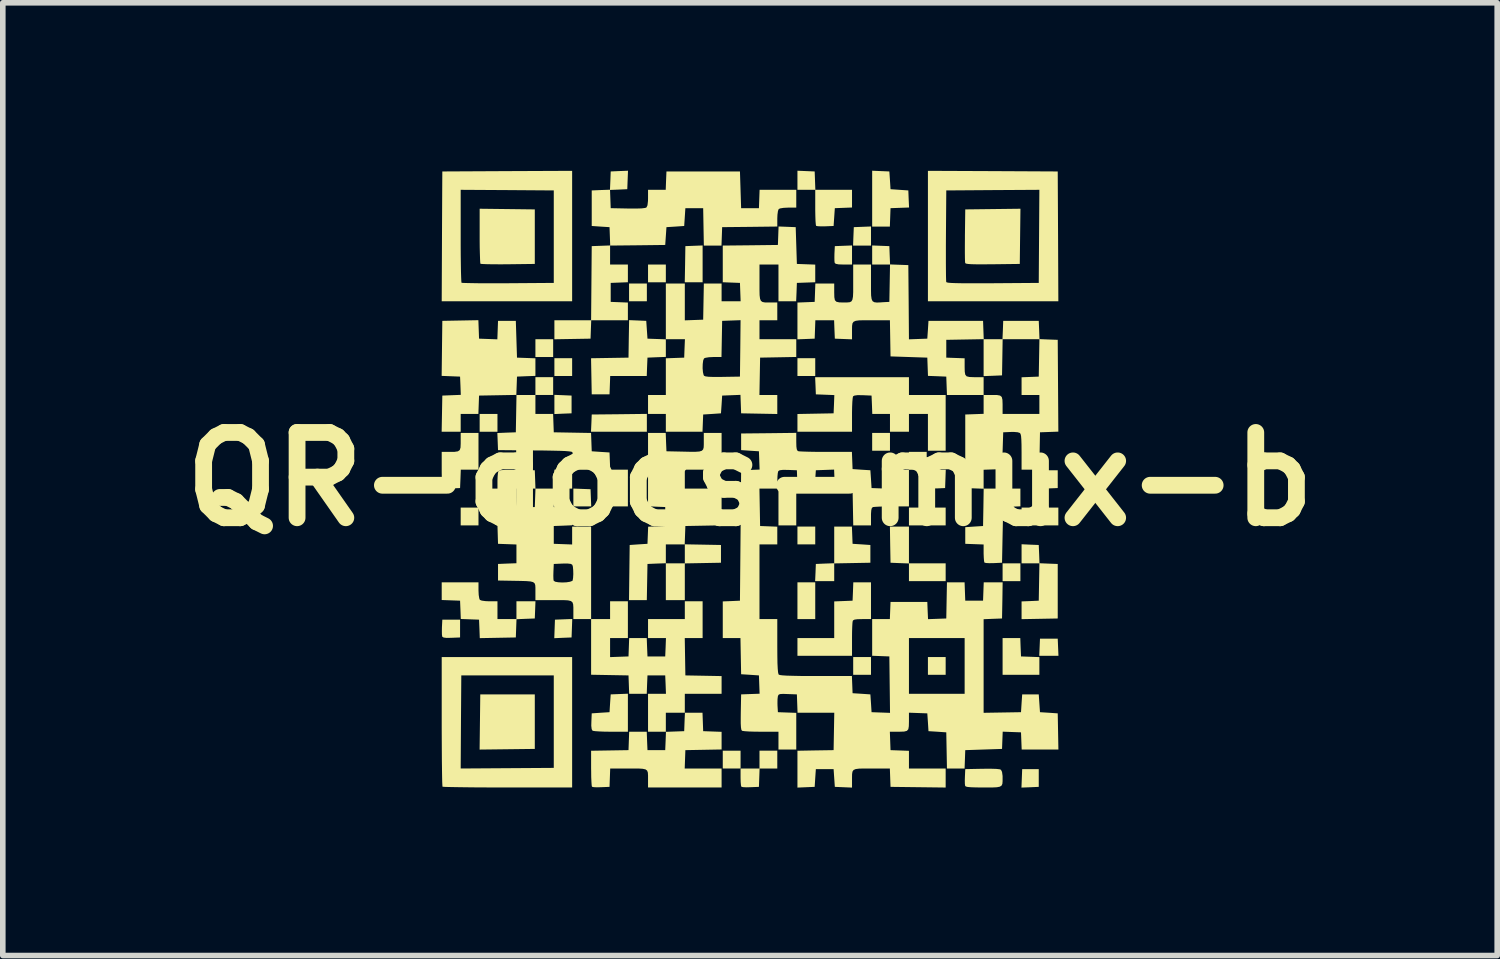
<source format=kicad_pcb>
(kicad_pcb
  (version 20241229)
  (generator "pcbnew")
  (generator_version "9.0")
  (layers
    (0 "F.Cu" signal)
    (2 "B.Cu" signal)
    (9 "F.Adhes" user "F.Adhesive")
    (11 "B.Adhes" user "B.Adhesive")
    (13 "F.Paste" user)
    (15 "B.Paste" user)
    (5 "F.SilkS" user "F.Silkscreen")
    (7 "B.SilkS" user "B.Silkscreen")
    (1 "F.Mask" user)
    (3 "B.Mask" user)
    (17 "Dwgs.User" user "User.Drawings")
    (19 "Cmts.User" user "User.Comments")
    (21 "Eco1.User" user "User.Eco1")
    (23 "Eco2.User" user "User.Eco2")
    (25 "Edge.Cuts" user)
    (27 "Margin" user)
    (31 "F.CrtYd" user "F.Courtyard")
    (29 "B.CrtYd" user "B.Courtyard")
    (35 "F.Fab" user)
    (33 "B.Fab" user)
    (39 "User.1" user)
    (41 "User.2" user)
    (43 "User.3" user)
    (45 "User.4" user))
  (footprint "QR-docs-mux-b"
    (layer "F.Cu")
    (at 10.349 5.51)
    (property "Reference" "QR-docs-mux-b" (at 0 0 0) (layer "F.SilkS") (effects (font (size 1.524 1.524) (thickness 0.3))))
    (attr board_only exclude_from_pos_files exclude_from_bom)
    (fp_poly (pts (xy -4.851 0.826) (xy -5.169 0.826) (xy -5.169 0.508) (xy -4.851 0.508)) (stroke (width 0) (type solid)) (fill yes) (layer "F.SilkS"))
    (fp_poly (pts (xy -4.512 -0.847) (xy -4.83 -0.847) (xy -4.83 -1.165) (xy -4.512 -1.165)) (stroke (width 0) (type solid)) (fill yes) (layer "F.SilkS"))
    (fp_poly (pts (xy -4.172 -1.504) (xy -4.175 -1.504) (xy -4.175 -1.505) (xy -4.172 -1.505)) (stroke (width 0) (type solid)) (fill yes) (layer "F.SilkS"))
    (fp_poly (pts (xy -3.517 -2.182) (xy -3.834 -2.182) (xy -3.834 -2.5) (xy -3.517 -2.5)) (stroke (width 0) (type solid)) (fill yes) (layer "F.SilkS"))
    (fp_poly (pts (xy -3.517 -1.504) (xy -3.834 -1.504) (xy -3.834 -1.822) (xy -3.517 -1.822)) (stroke (width 0) (type solid)) (fill yes) (layer "F.SilkS"))
    (fp_poly (pts (xy -3.178 -1.843) (xy -3.495 -1.843) (xy -3.495 -2.161) (xy -3.178 -2.161)) (stroke (width 0) (type solid)) (fill yes) (layer "F.SilkS"))
    (fp_poly (pts (xy -3.178 0.169) (xy -3.495 0.169) (xy -3.495 -0.169) (xy -3.178 -0.169)) (stroke (width 0) (type solid)) (fill yes) (layer "F.SilkS"))
    (fp_poly (pts (xy -1.843 -3.178) (xy -2.161 -3.178) (xy -2.161 -3.495) (xy -1.843 -3.495)) (stroke (width 0) (type solid)) (fill yes) (layer "F.SilkS"))
    (fp_poly (pts (xy -1.504 -3.517) (xy -1.822 -3.517) (xy -1.822 -3.834) (xy -1.504 -3.834)) (stroke (width 0) (type solid)) (fill yes) (layer "F.SilkS"))
    (fp_poly (pts (xy -0.169 5.169) (xy -0.487 5.169) (xy -0.487 4.851) (xy -0.169 4.851)) (stroke (width 0) (type solid)) (fill yes) (layer "F.SilkS"))
    (fp_poly (pts (xy 0.826 0.826) (xy 0.508 0.826) (xy 0.508 0.169) (xy 0.826 0.169)) (stroke (width 0) (type solid)) (fill yes) (layer "F.SilkS"))
    (fp_poly (pts (xy 1.165 -1.843) (xy 0.847 -1.843) (xy 0.847 -2.161) (xy 1.165 -2.161)) (stroke (width 0) (type solid)) (fill yes) (layer "F.SilkS"))
    (fp_poly (pts (xy 1.165 1.165) (xy 0.847 1.165) (xy 0.847 0.847) (xy 1.165 0.847)) (stroke (width 0) (type solid)) (fill yes) (layer "F.SilkS"))
    (fp_poly (pts (xy 1.165 2.5) (xy 0.847 2.5) (xy 0.847 1.843) (xy 1.165 1.843)) (stroke (width 0) (type solid)) (fill yes) (layer "F.SilkS"))
    (fp_poly (pts (xy 2.161 3.495) (xy 1.843 3.495) (xy 1.843 3.178) (xy 2.161 3.178)) (stroke (width 0) (type solid)) (fill yes) (layer "F.SilkS"))
    (fp_poly (pts (xy 2.5 -0.508) (xy 2.182 -0.508) (xy 2.182 -0.826) (xy 2.5 -0.826)) (stroke (width 0) (type solid)) (fill yes) (layer "F.SilkS"))
    (fp_poly (pts (xy 3.495 0.826) (xy 2.839 0.826) (xy 2.839 0.508) (xy 3.495 0.508)) (stroke (width 0) (type solid)) (fill yes) (layer "F.SilkS"))
    (fp_poly (pts (xy 3.495 3.495) (xy 3.178 3.495) (xy 3.178 3.178) (xy 3.495 3.178)) (stroke (width 0) (type solid)) (fill yes) (layer "F.SilkS"))
    (fp_poly (pts (xy 4.83 1.822) (xy 4.512 1.822) (xy 4.512 1.504) (xy 4.83 1.504)) (stroke (width 0) (type solid)) (fill yes) (layer "F.SilkS"))
    (fp_poly (pts (xy 5.508 0.826) (xy 4.851 0.826) (xy 4.851 0.508) (xy 5.508 0.508)) (stroke (width 0) (type solid)) (fill yes) (layer "F.SilkS"))
    (fp_poly (pts (xy 5.51 3.156) (xy 5.167 3.156) (xy 5.18 2.849) (xy 5.497 2.849)) (stroke (width 0) (type solid)) (fill yes) (layer "F.SilkS"))
    (fp_poly (pts (xy 5.158 5.497) (xy 5.004 5.504) (xy 4.849 5.51) (xy 4.862 5.18) (xy 5.158 5.18)) (stroke (width 0) (type solid)) (fill yes) (layer "F.SilkS"))
    (fp_poly (pts (xy -3.845 4.819) (xy -4.338 4.825) (xy -4.831 4.831) (xy -4.825 4.338) (xy -4.819 3.845) (xy -3.845 3.845)) (stroke (width 0) (type solid)) (fill yes) (layer "F.SilkS"))
    (fp_poly (pts (xy -3.342 -1.5) (xy -3.188 -1.493) (xy -3.188 -1.176) (xy -3.342 -1.17) (xy -3.495 -1.163) (xy -3.495 -1.506)) (stroke (width 0) (type solid)) (fill yes) (layer "F.SilkS"))
    (fp_poly (pts (xy -3.003 0.174) (xy -2.849 0.18) (xy -2.843 0.334) (xy -2.837 0.487) (xy -3.156 0.487) (xy -3.156 0.168)) (stroke (width 0) (type solid)) (fill yes) (layer "F.SilkS"))
    (fp_poly (pts (xy -1.843 -0.847) (xy -2.841 -0.847) (xy -2.834 -1.001) (xy -2.828 -1.155) (xy -2.336 -1.16) (xy -1.843 -1.166)) (stroke (width 0) (type solid)) (fill yes) (layer "F.SilkS"))
    (fp_poly (pts (xy -0.847 -3.517) (xy -1.166 -3.517) (xy -1.16 -3.84) (xy -1.155 -4.163) (xy -1.001 -4.169) (xy -0.847 -4.175)) (stroke (width 0) (type solid)) (fill yes) (layer "F.SilkS"))
    (fp_poly (pts (xy 2.161 -4.173) (xy 1.841 -4.173) (xy 1.847 -4.337) (xy 1.854 -4.502) (xy 2.007 -4.508) (xy 2.161 -4.514)) (stroke (width 0) (type solid)) (fill yes) (layer "F.SilkS"))
    (fp_poly (pts (xy -3.188 2.828) (xy -3.343 2.834) (xy -3.497 2.841) (xy -3.491 2.675) (xy -3.485 2.51) (xy -3.33 2.504) (xy -3.176 2.498)) (stroke (width 0) (type solid)) (fill yes) (layer "F.SilkS"))
    (fp_poly (pts (xy 4.834 3.003) (xy 4.841 3.167) (xy 5.005 3.173) (xy 5.169 3.179) (xy 5.169 3.495) (xy 4.512 3.495) (xy 4.512 2.839) (xy 4.828 2.839)) (stroke (width 0) (type solid)) (fill yes) (layer "F.SilkS"))
    (fp_poly (pts (xy 1.822 -3.834) (xy 1.673 -3.834) (xy 1.584 -3.837) (xy 1.532 -3.847) (xy 1.513 -3.863) (xy 1.508 -3.898) (xy 1.507 -3.961) (xy 1.508 -4.027) (xy 1.515 -4.163) (xy 1.822 -4.175)) (stroke (width 0) (type solid)) (fill yes) (layer "F.SilkS"))
    (fp_poly (pts (xy 2.839 1.504) (xy 3.495 1.504) (xy 3.495 1.822) (xy 2.839 1.822) (xy 2.839 1.506) (xy 2.675 1.5) (xy 2.51 1.493) (xy 2.504 1.17) (xy 2.499 0.847) (xy 2.839 0.847)) (stroke (width 0) (type solid)) (fill yes) (layer "F.SilkS"))
    (fp_poly (pts (xy -5.18 2.828) (xy -5.333 2.834) (xy -5.419 2.836) (xy -5.471 2.83) (xy -5.495 2.817) (xy -5.499 2.811) (xy -5.504 2.775) (xy -5.505 2.712) (xy -5.504 2.646) (xy -5.497 2.51) (xy -5.18 2.51)) (stroke (width 0) (type solid)) (fill yes) (layer "F.SilkS"))
    (fp_poly (pts (xy 5.497 0.159) (xy 5.343 0.165) (xy 5.257 0.166) (xy 5.206 0.161) (xy 5.181 0.148) (xy 5.178 0.142) (xy 5.173 0.106) (xy 5.172 0.043) (xy 5.173 -0.023) (xy 5.18 -0.159) (xy 5.497 -0.159)) (stroke (width 0) (type solid)) (fill yes) (layer "F.SilkS"))
    (fp_poly (pts (xy 2.489 -5.497) (xy 2.5 -5.338) (xy 2.51 -5.18) (xy 2.669 -5.169) (xy 2.828 -5.158) (xy 2.834 -5.006) (xy 2.841 -4.853) (xy 2.51 -4.841) (xy 2.504 -4.676) (xy 2.498 -4.512) (xy 2.182 -4.512) (xy 2.182 -5.51)) (stroke (width 0) (type solid)) (fill yes) (layer "F.SilkS"))
    (fp_poly (pts (xy 3.491 -0.005) (xy 3.485 0.159) (xy 3.346 0.165) (xy 3.273 0.166) (xy 3.217 0.163) (xy 3.193 0.156) (xy 3.185 0.129) (xy 3.18 0.071) (xy 3.178 -0.005) (xy 3.178 -0.014) (xy 3.178 -0.169) (xy 3.497 -0.169)) (stroke (width 0) (type solid)) (fill yes) (layer "F.SilkS"))
    (fp_poly (pts (xy 1.832 1.155) (xy 1.991 1.165) (xy 2.15 1.176) (xy 2.15 1.493) (xy 1.827 1.499) (xy 1.504 1.505) (xy 1.504 1.822) (xy 1.163 1.822) (xy 1.17 1.668) (xy 1.176 1.515) (xy 1.34 1.508) (xy 1.504 1.502) (xy 1.504 0.847) (xy 1.82 0.847)) (stroke (width 0) (type solid)) (fill yes) (layer "F.SilkS"))
    (fp_poly (pts (xy 5.005 1.17) (xy 5.158 1.176) (xy 5.165 1.339) (xy 5.171 1.502) (xy 5.334 1.509) (xy 5.497 1.515) (xy 5.497 2.489) (xy 4.851 2.501) (xy 4.851 2.184) (xy 5.005 2.178) (xy 5.158 2.171) (xy 5.17 1.504) (xy 4.851 1.504) (xy 4.851 1.163)) (stroke (width 0) (type solid)) (fill yes) (layer "F.SilkS"))
    (fp_poly (pts (xy -4.337 -4.825) (xy -3.845 -4.819) (xy -3.845 -3.845) (xy -4.323 -3.839) (xy -4.461 -3.838) (xy -4.585 -3.839) (xy -4.688 -3.84) (xy -4.765 -3.843) (xy -4.808 -3.846) (xy -4.816 -3.848) (xy -4.82 -3.873) (xy -4.823 -3.933) (xy -4.826 -4.024) (xy -4.829 -4.139) (xy -4.83 -4.271) (xy -4.83 -4.347) (xy -4.83 -4.831)) (stroke (width 0) (type solid)) (fill yes) (layer "F.SilkS"))
    (fp_poly (pts (xy -2.182 4.512) (xy -2.484 4.512) (xy -2.594 4.511) (xy -2.691 4.507) (xy -2.765 4.502) (xy -2.807 4.496) (xy -2.813 4.494) (xy -2.829 4.466) (xy -2.836 4.405) (xy -2.834 4.33) (xy -2.828 4.184) (xy -2.669 4.173) (xy -2.51 4.163) (xy -2.5 4.004) (xy -2.489 3.845) (xy -2.336 3.839) (xy -2.182 3.833)) (stroke (width 0) (type solid)) (fill yes) (layer "F.SilkS"))
    (fp_poly (pts (xy 0.487 5.169) (xy 0.171 5.169) (xy 0.165 5.333) (xy 0.159 5.497) (xy 0.01 5.503) (xy -0.066 5.505) (xy -0.125 5.502) (xy -0.154 5.495) (xy -0.155 5.495) (xy -0.162 5.468) (xy -0.167 5.41) (xy -0.169 5.334) (xy -0.169 5.324) (xy -0.169 5.169) (xy 0.169 5.169) (xy 0.169 4.851) (xy 0.487 4.851)) (stroke (width 0) (type solid)) (fill yes) (layer "F.SilkS"))
    (fp_poly (pts (xy -1.854 -2.828) (xy -1.843 -2.669) (xy -1.832 -2.51) (xy -1.668 -2.504) (xy -1.504 -2.498) (xy -1.504 -2.184) (xy -1.668 -2.178) (xy -1.832 -2.171) (xy -1.839 -2.007) (xy -1.845 -1.843) (xy -2.498 -1.843) (xy -2.504 -1.679) (xy -2.51 -1.515) (xy -2.828 -1.515) (xy -2.84 -2.16) (xy -2.171 -2.171) (xy -2.166 -2.506) (xy -2.16 -2.841)) (stroke (width 0) (type solid)) (fill yes) (layer "F.SilkS"))
    (fp_poly (pts (xy 4.825 -4.338) (xy 4.819 -3.845) (xy 4.337 -3.839) (xy 4.175 -3.838) (xy 4.05 -3.838) (xy 3.96 -3.84) (xy 3.898 -3.844) (xy 3.862 -3.85) (xy 3.845 -3.859) (xy 3.844 -3.861) (xy 3.841 -3.889) (xy 3.839 -3.954) (xy 3.838 -4.047) (xy 3.838 -4.164) (xy 3.839 -4.296) (xy 3.839 -4.354) (xy 3.845 -4.819) (xy 4.338 -4.825) (xy 4.831 -4.831)) (stroke (width 0) (type solid)) (fill yes) (layer "F.SilkS"))
    (fp_poly (pts (xy 2.161 2.5) (xy 2.004 2.5) (xy 1.919 2.502) (xy 1.867 2.509) (xy 1.841 2.523) (xy 1.835 2.533) (xy 1.83 2.566) (xy 1.826 2.632) (xy 1.823 2.723) (xy 1.822 2.83) (xy 1.822 2.862) (xy 1.822 3.156) (xy 0.847 3.156) (xy 0.847 2.839) (xy 1.504 2.839) (xy 1.504 2.184) (xy 1.832 2.171) (xy 1.839 2.007) (xy 1.845 1.843) (xy 2.161 1.843)) (stroke (width 0) (type solid)) (fill yes) (layer "F.SilkS"))
    (fp_poly (pts (xy 1.155 -5.497) (xy 1.161 -5.333) (xy 1.167 -5.169) (xy 1.822 -5.169) (xy 1.822 -4.853) (xy 1.668 -4.847) (xy 1.515 -4.841) (xy 1.504 -4.682) (xy 1.493 -4.523) (xy 1.344 -4.517) (xy 1.268 -4.516) (xy 1.21 -4.519) (xy 1.181 -4.525) (xy 1.18 -4.526) (xy 1.175 -4.551) (xy 1.17 -4.611) (xy 1.167 -4.698) (xy 1.165 -4.803) (xy 1.165 -4.855) (xy 1.165 -5.169) (xy 0.847 -5.169) (xy 0.847 -5.51)) (stroke (width 0) (type solid)) (fill yes) (layer "F.SilkS"))
    (fp_poly (pts (xy -4.851 -0.169) (xy -5.167 -0.169) (xy -5.173 -0.005) (xy -5.18 0.159) (xy -5.329 0.165) (xy -5.405 0.166) (xy -5.463 0.163) (xy -5.492 0.157) (xy -5.493 0.156) (xy -5.498 0.131) (xy -5.503 0.071) (xy -5.506 -0.016) (xy -5.508 -0.121) (xy -5.508 -0.173) (xy -5.508 -0.487) (xy -5.372 -0.487) (xy -5.278 -0.488) (xy -5.219 -0.497) (xy -5.186 -0.52) (xy -5.172 -0.564) (xy -5.169 -0.636) (xy -5.169 -0.67) (xy -5.169 -0.826) (xy -4.851 -0.826)) (stroke (width 0) (type solid)) (fill yes) (layer "F.SilkS"))
    (fp_poly (pts (xy 4.397 5.176) (xy 4.46 5.183) (xy 4.483 5.192) (xy 4.502 5.231) (xy 4.512 5.303) (xy 4.512 5.329) (xy 4.512 5.395) (xy 4.508 5.443) (xy 4.493 5.475) (xy 4.462 5.494) (xy 4.409 5.504) (xy 4.327 5.508) (xy 4.21 5.508) (xy 4.17 5.508) (xy 4.042 5.507) (xy 3.95 5.504) (xy 3.89 5.499) (xy 3.856 5.491) (xy 3.843 5.479) (xy 3.838 5.444) (xy 3.837 5.381) (xy 3.839 5.315) (xy 3.845 5.18) (xy 4.149 5.174) (xy 4.293 5.173)) (stroke (width 0) (type solid)) (fill yes) (layer "F.SilkS"))
    (fp_poly (pts (xy -4.851 1.987) (xy -4.847 2.069) (xy -4.837 2.13) (xy -4.826 2.157) (xy -4.791 2.17) (xy -4.725 2.179) (xy -4.656 2.182) (xy -4.512 2.182) (xy -4.512 2.5) (xy -4.173 2.5) (xy -4.173 2.182) (xy -3.833 2.182) (xy -3.845 2.489) (xy -4.008 2.495) (xy -4.172 2.502) (xy -4.178 2.665) (xy -4.184 2.828) (xy -4.828 2.84) (xy -4.834 2.675) (xy -4.841 2.51) (xy -5.004 2.504) (xy -5.167 2.498) (xy -5.173 2.335) (xy -5.18 2.171) (xy -5.344 2.165) (xy -5.508 2.159) (xy -5.508 1.843) (xy -4.851 1.843)) (stroke (width 0) (type solid)) (fill yes) (layer "F.SilkS"))
    (fp_poly (pts (xy -3.178 -3.178) (xy -5.508 -3.178) (xy -5.503 -4.337) (xy -5.499 -5.169) (xy -5.169 -5.169) (xy -5.169 -4.347) (xy -5.169 -4.164) (xy -5.168 -3.994) (xy -5.166 -3.843) (xy -5.164 -3.714) (xy -5.161 -3.613) (xy -5.158 -3.544) (xy -5.155 -3.511) (xy -5.155 -3.509) (xy -5.131 -3.506) (xy -5.07 -3.504) (xy -4.975 -3.502) (xy -4.852 -3.5) (xy -4.706 -3.5) (xy -4.541 -3.5) (xy -4.361 -3.5) (xy -4.323 -3.5) (xy -3.506 -3.506) (xy -3.506 -5.158) (xy -4.337 -5.164) (xy -5.169 -5.169) (xy -5.499 -5.169) (xy -5.497 -5.497) (xy -4.337 -5.503) (xy -3.178 -5.508)) (stroke (width 0) (type solid)) (fill yes) (layer "F.SilkS"))
    (fp_poly (pts (xy -3.178 5.508) (xy -4.329 5.508) (xy -4.546 5.508) (xy -4.75 5.507) (xy -4.937 5.506) (xy -5.104 5.504) (xy -5.246 5.502) (xy -5.36 5.5) (xy -5.441 5.498) (xy -5.486 5.495) (xy -5.494 5.494) (xy -5.496 5.471) (xy -5.499 5.409) (xy -5.501 5.313) (xy -5.503 5.186) (xy -5.503 5.169) (xy -5.169 5.169) (xy -3.506 5.158) (xy -3.506 3.506) (xy -5.158 3.506) (xy -5.164 4.338) (xy -5.169 5.169) (xy -5.503 5.169) (xy -5.505 5.032) (xy -5.506 4.856) (xy -5.507 4.66) (xy -5.508 4.45) (xy -5.508 4.329) (xy -5.508 3.178) (xy -3.178 3.178)) (stroke (width 0) (type solid)) (fill yes) (layer "F.SilkS"))
    (fp_poly (pts (xy -4.847 -2.675) (xy -4.841 -2.51) (xy -4.677 -2.504) (xy -4.514 -2.498) (xy -4.508 -2.663) (xy -4.502 -2.828) (xy -4.184 -2.828) (xy -4.163 -2.171) (xy -3.999 -2.165) (xy -3.834 -2.159) (xy -3.834 -1.845) (xy -3.999 -1.839) (xy -4.163 -1.832) (xy -4.169 -1.668) (xy -4.175 -1.505) (xy -4.506 -1.499) (xy -4.841 -1.493) (xy -4.847 -1.329) (xy -4.853 -1.165) (xy -5.169 -1.165) (xy -5.169 -0.847) (xy -5.509 -0.847) (xy -5.503 -1.17) (xy -5.497 -1.493) (xy -5.167 -1.506) (xy -5.173 -1.669) (xy -5.18 -1.832) (xy -5.509 -1.845) (xy -5.503 -2.336) (xy -5.497 -2.828) (xy -4.853 -2.84)) (stroke (width 0) (type solid)) (fill yes) (layer "F.SilkS"))
    (fp_poly (pts (xy 4.337 -5.503) (xy 5.497 -5.497) (xy 5.503 -4.337) (xy 5.508 -3.178) (xy 3.178 -3.178) (xy 3.178 -4.004) (xy 3.499 -4.004) (xy 3.499 -3.853) (xy 3.5 -3.725) (xy 3.501 -3.624) (xy 3.503 -3.555) (xy 3.505 -3.523) (xy 3.505 -3.522) (xy 3.516 -3.515) (xy 3.546 -3.509) (xy 3.597 -3.505) (xy 3.674 -3.502) (xy 3.779 -3.5) (xy 3.916 -3.499) (xy 4.089 -3.499) (xy 4.299 -3.5) (xy 4.337 -3.5) (xy 5.158 -3.506) (xy 5.169 -5.169) (xy 4.338 -5.164) (xy 3.506 -5.158) (xy 3.5 -4.353) (xy 3.499 -4.172) (xy 3.499 -4.004) (xy 3.178 -4.004) (xy 3.178 -5.508)) (stroke (width 0) (type solid)) (fill yes) (layer "F.SilkS"))
    (fp_poly (pts (xy 2.839 -1.504) (xy 3.495 -1.504) (xy 3.495 -0.508) (xy 3.178 -0.508) (xy 3.178 -1.165) (xy 2.839 -1.165) (xy 2.839 -0.847) (xy 2.5 -0.847) (xy 2.5 -1.165) (xy 2.184 -1.165) (xy 2.178 -1.329) (xy 2.171 -1.493) (xy 2.014 -1.5) (xy 1.921 -1.501) (xy 1.865 -1.493) (xy 1.84 -1.479) (xy 1.834 -1.448) (xy 1.828 -1.384) (xy 1.824 -1.295) (xy 1.822 -1.188) (xy 1.822 -1.149) (xy 1.822 -0.847) (xy 0.847 -0.847) (xy 0.847 -1.164) (xy 1.17 -1.17) (xy 1.493 -1.176) (xy 1.5 -1.339) (xy 1.506 -1.502) (xy 1.176 -1.515) (xy 1.17 -1.668) (xy 1.163 -1.822) (xy 2.839 -1.822)) (stroke (width 0) (type solid)) (fill yes) (layer "F.SilkS"))
    (fp_poly (pts (xy -3.834 -1.165) (xy -3.518 -1.165) (xy -3.512 -1.001) (xy -3.506 -0.837) (xy -3.173 -0.831) (xy -2.84 -0.825) (xy -2.834 -0.661) (xy -2.828 -0.498) (xy -2.669 -0.487) (xy -2.51 -0.477) (xy -2.498 -0.169) (xy -2.182 -0.169) (xy -2.182 0.487) (xy -2.5 0.487) (xy -2.5 -0.169) (xy -3.156 -0.169) (xy -3.157 -0.312) (xy -3.159 -0.389) (xy -3.166 -0.45) (xy -3.174 -0.482) (xy -3.19 -0.49) (xy -3.23 -0.496) (xy -3.296 -0.502) (xy -3.393 -0.506) (xy -3.523 -0.509) (xy -3.689 -0.512) (xy -3.846 -0.513) (xy -4.502 -0.519) (xy -4.514 -0.824) (xy -4.349 -0.831) (xy -4.184 -0.837) (xy -4.178 -1.171) (xy -4.172 -1.504) (xy -3.834 -1.504)) (stroke (width 0) (type solid)) (fill yes) (layer "F.SilkS"))
    (fp_poly (pts (xy -2.182 2.839) (xy -2.5 2.839) (xy -2.5 3.179) (xy -2.336 3.173) (xy -2.171 3.167) (xy -2.165 3.003) (xy -2.159 2.839) (xy -1.845 2.839) (xy -1.839 3.003) (xy -1.832 3.167) (xy -1.515 3.167) (xy -1.508 3.003) (xy -1.502 2.839) (xy -1.822 2.839) (xy -1.822 2.5) (xy -1.165 2.5) (xy -1.165 2.182) (xy -0.847 2.182) (xy -0.847 2.839) (xy -1.166 2.839) (xy -1.155 3.506) (xy -0.831 3.512) (xy -0.508 3.518) (xy -0.508 3.834) (xy -1.165 3.834) (xy -1.165 4.173) (xy -1.504 4.173) (xy -1.504 4.512) (xy -1.822 4.512) (xy -1.822 3.834) (xy -1.502 3.834) (xy -1.508 3.67) (xy -1.515 3.506) (xy -1.832 3.506) (xy -1.839 3.67) (xy -1.845 3.834) (xy -2.159 3.834) (xy -2.165 3.67) (xy -2.171 3.506) (xy -2.839 3.494) (xy -2.839 2.5) (xy -2.5 2.5) (xy -2.5 2.182) (xy -2.182 2.182)) (stroke (width 0) (type solid)) (fill yes) (layer "F.SilkS"))
    (fp_poly (pts (xy -0.843 4.337) (xy -0.837 4.502) (xy -0.673 4.508) (xy -0.508 4.514) (xy -0.508 4.829) (xy -1.155 4.841) (xy -1.161 5.005) (xy -1.167 5.169) (xy -0.508 5.169) (xy -0.508 5.508) (xy -1.822 5.508) (xy -1.822 5.372) (xy -1.822 5.297) (xy -1.825 5.243) (xy -1.838 5.207) (xy -1.867 5.185) (xy -1.918 5.174) (xy -1.996 5.169) (xy -2.107 5.169) (xy -2.173 5.169) (xy -2.498 5.169) (xy -2.504 5.333) (xy -2.51 5.497) (xy -2.66 5.503) (xy -2.736 5.505) (xy -2.794 5.502) (xy -2.823 5.495) (xy -2.824 5.495) (xy -2.829 5.469) (xy -2.833 5.409) (xy -2.837 5.323) (xy -2.838 5.217) (xy -2.839 5.166) (xy -2.839 4.852) (xy -2.171 4.841) (xy -2.165 4.676) (xy -2.159 4.512) (xy -1.845 4.512) (xy -1.839 4.676) (xy -1.832 4.841) (xy -1.515 4.841) (xy -1.508 4.676) (xy -1.502 4.514) (xy -1.34 4.508) (xy -1.176 4.502) (xy -1.17 4.337) (xy -1.163 4.173) (xy -0.849 4.173)) (stroke (width 0) (type solid)) (fill yes) (layer "F.SilkS"))
    (fp_poly (pts (xy -1.5 -0.662) (xy -1.493 -0.498) (xy -1.208 -0.492) (xy -1.072 -0.489) (xy -0.973 -0.489) (xy -0.905 -0.494) (xy -0.862 -0.507) (xy -0.838 -0.531) (xy -0.828 -0.568) (xy -0.826 -0.621) (xy -0.826 -0.668) (xy -0.826 -0.826) (xy -0.508 -0.826) (xy -0.508 -0.169) (xy -1.165 -0.169) (xy -1.165 0.169) (xy -0.508 0.169) (xy -0.508 0.825) (xy -0.831 0.831) (xy -1.155 0.837) (xy -1.167 1.164) (xy -0.519 1.176) (xy -0.519 1.493) (xy -1.165 1.505) (xy -1.165 2.161) (xy -1.504 2.161) (xy -1.504 1.504) (xy -1.165 1.504) (xy -1.165 1.165) (xy -1.504 1.165) (xy -1.504 1.502) (xy -1.668 1.508) (xy -1.832 1.515) (xy -1.838 1.838) (xy -1.844 2.161) (xy -2.162 2.161) (xy -2.156 1.668) (xy -2.15 1.176) (xy -1.991 1.165) (xy -1.832 1.155) (xy -1.826 1.002) (xy -1.82 0.849) (xy -1.667 0.843) (xy -1.515 0.837) (xy -1.515 0.498) (xy -1.668 0.492) (xy -1.822 0.485) (xy -1.822 -0.826) (xy -1.506 -0.826)) (stroke (width 0) (type solid)) (fill yes) (layer "F.SilkS"))
    (fp_poly (pts (xy -2.193 -5.18) (xy -2.347 -5.173) (xy -2.501 -5.167) (xy -2.489 -4.841) (xy -2.185 -4.835) (xy -2.041 -4.834) (xy -1.938 -4.837) (xy -1.874 -4.845) (xy -1.851 -4.853) (xy -1.832 -4.892) (xy -1.823 -4.969) (xy -1.822 -5.023) (xy -1.822 -5.169) (xy -1.506 -5.169) (xy -1.5 -5.333) (xy -1.493 -5.497) (xy -0.18 -5.497) (xy -0.159 -4.841) (xy 0.159 -4.841) (xy 0.165 -5.005) (xy 0.171 -5.169) (xy 0.826 -5.169) (xy 0.826 -4.851) (xy 0.682 -4.851) (xy 0.6 -4.847) (xy 0.539 -4.837) (xy 0.513 -4.826) (xy 0.499 -4.791) (xy 0.49 -4.725) (xy 0.487 -4.657) (xy 0.487 -4.513) (xy -0.005 -4.507) (xy -0.498 -4.502) (xy -0.504 -4.337) (xy -0.51 -4.173) (xy -0.825 -4.173) (xy -0.837 -4.841) (xy -1.155 -4.841) (xy -1.176 -4.523) (xy -1.335 -4.512) (xy -1.493 -4.502) (xy -1.504 -4.343) (xy -1.515 -4.184) (xy -2.007 -4.178) (xy -2.5 -4.173) (xy -2.5 -3.834) (xy -2.182 -3.834) (xy -2.182 -3.518) (xy -2.336 -3.512) (xy -2.489 -3.506) (xy -2.489 -3.167) (xy -2.336 -3.161) (xy -2.182 -3.155) (xy -2.182 -2.839) (xy -2.837 -2.839) (xy -2.843 -2.675) (xy -2.849 -2.51) (xy -3.495 -2.499) (xy -3.495 -2.839) (xy -2.839 -2.839) (xy -2.828 -4.163) (xy -2.663 -4.169) (xy -2.498 -4.175) (xy -2.504 -4.338) (xy -2.51 -4.502) (xy -2.669 -4.512) (xy -2.828 -4.523) (xy -2.828 -5.158) (xy -2.665 -5.165) (xy -2.502 -5.171) (xy -2.495 -5.334) (xy -2.489 -5.497) (xy -2.335 -5.504) (xy -2.18 -5.51)) (stroke (width 0) (type solid)) (fill yes) (layer "F.SilkS"))
    (fp_poly (pts (xy 0.816 -4.502) (xy 0.837 -3.845) (xy 1.001 -3.839) (xy 1.165 -3.833) (xy 1.165 -3.518) (xy 1.001 -3.512) (xy 0.837 -3.506) (xy 0.831 -3.342) (xy 0.824 -3.178) (xy 0.508 -3.178) (xy 0.508 -3.834) (xy 0.169 -3.834) (xy 0.169 -3.508) (xy 0.169 -3.379) (xy 0.171 -3.286) (xy 0.179 -3.223) (xy 0.195 -3.185) (xy 0.223 -3.165) (xy 0.266 -3.157) (xy 0.328 -3.156) (xy 0.362 -3.156) (xy 0.487 -3.156) (xy 0.487 -2.839) (xy 0.169 -2.839) (xy 0.169 -2.5) (xy 0.826 -2.5) (xy 0.826 -2.183) (xy 0.18 -2.171) (xy 0.168 -1.504) (xy 0.487 -1.504) (xy 0.487 -1.164) (xy -0.159 -1.176) (xy -0.165 -1.341) (xy -0.171 -1.506) (xy -0.498 -1.493) (xy -0.508 -1.335) (xy -0.519 -1.176) (xy -0.678 -1.165) (xy -0.837 -1.155) (xy -0.843 -1.001) (xy -0.849 -0.847) (xy -1.504 -0.847) (xy -1.504 -1.165) (xy -1.822 -1.165) (xy -1.822 -1.504) (xy -1.504 -1.504) (xy -1.504 -1.982) (xy -0.847 -1.982) (xy -0.841 -1.911) (xy -0.829 -1.86) (xy -0.821 -1.847) (xy -0.795 -1.836) (xy -0.74 -1.829) (xy -0.652 -1.826) (xy -0.527 -1.826) (xy -0.488 -1.827) (xy -0.18 -1.832) (xy -0.174 -2.336) (xy -0.169 -2.84) (xy -0.498 -2.828) (xy -0.504 -2.505) (xy -0.51 -2.182) (xy -0.653 -2.182) (xy -0.735 -2.178) (xy -0.796 -2.168) (xy -0.822 -2.157) (xy -0.837 -2.12) (xy -0.845 -2.056) (xy -0.847 -1.982) (xy -1.504 -1.982) (xy -1.504 -2.159) (xy -1.34 -2.165) (xy -1.176 -2.171) (xy -1.17 -2.336) (xy -1.163 -2.5) (xy -1.504 -2.5) (xy -1.504 -3.495) (xy -1.165 -3.495) (xy -1.165 -2.837) (xy -1.001 -2.843) (xy -0.837 -2.849) (xy -0.825 -3.495) (xy -0.508 -3.495) (xy -0.508 -3.178) (xy -0.168 -3.178) (xy -0.174 -3.342) (xy -0.18 -3.506) (xy -0.334 -3.512) (xy -0.487 -3.518) (xy -0.487 -4.173) (xy 0.005 -4.178) (xy 0.498 -4.184) (xy 0.504 -4.349) (xy 0.51 -4.514)) (stroke (width 0) (type solid)) (fill yes) (layer "F.SilkS"))
    (fp_poly (pts (xy -4.161 -0.165) (xy -3.845 -0.159) (xy -3.839 0.005) (xy -3.833 0.169) (xy -3.518 0.169) (xy -3.512 0.334) (xy -3.506 0.498) (xy -3.342 0.504) (xy -3.178 0.51) (xy -3.178 0.824) (xy -3.342 0.831) (xy -3.506 0.837) (xy -3.506 1.155) (xy -3.342 1.161) (xy -3.178 1.167) (xy -3.178 0.847) (xy -2.839 0.847) (xy -2.839 2.5) (xy -3.156 2.5) (xy -3.156 2.364) (xy -3.156 2.289) (xy -3.16 2.235) (xy -3.173 2.199) (xy -3.202 2.177) (xy -3.252 2.165) (xy -3.33 2.161) (xy -3.441 2.161) (xy -3.508 2.161) (xy -3.834 2.161) (xy -3.834 2.002) (xy -3.834 1.939) (xy -3.837 1.892) (xy -3.849 1.86) (xy -3.876 1.839) (xy -3.924 1.827) (xy -3.998 1.821) (xy -4.104 1.818) (xy -4.216 1.816) (xy -4.502 1.811) (xy -4.502 1.725) (xy -3.514 1.725) (xy -3.512 1.786) (xy -3.508 1.814) (xy -3.481 1.832) (xy -3.426 1.842) (xy -3.354 1.846) (xy -3.28 1.843) (xy -3.217 1.833) (xy -3.176 1.818) (xy -3.169 1.81) (xy -3.161 1.763) (xy -3.157 1.695) (xy -3.159 1.623) (xy -3.165 1.561) (xy -3.175 1.53) (xy -3.201 1.514) (xy -3.26 1.507) (xy -3.349 1.508) (xy -3.506 1.515) (xy -3.512 1.65) (xy -3.514 1.725) (xy -4.502 1.725) (xy -4.502 1.515) (xy -4.337 1.508) (xy -4.173 1.502) (xy -4.173 1.167) (xy -4.337 1.161) (xy -4.502 1.155) (xy -4.512 0.826) (xy -4.523 0.498) (xy -4.83 0.485) (xy -4.83 0.325) (xy -4.173 0.325) (xy -4.171 0.402) (xy -4.166 0.463) (xy -4.159 0.494) (xy -4.158 0.495) (xy -4.131 0.502) (xy -4.074 0.505) (xy -3.998 0.504) (xy -3.994 0.504) (xy -3.845 0.498) (xy -3.839 0.334) (xy -3.833 0.169) (xy -4.173 0.169) (xy -4.173 0.325) (xy -4.83 0.325) (xy -4.83 0.169) (xy -4.512 0.169) (xy -4.512 0.026) (xy -4.509 -0.05) (xy -4.503 -0.112) (xy -4.494 -0.144) (xy -4.476 -0.155) (xy -4.434 -0.162) (xy -4.364 -0.166) (xy -4.26 -0.166)) (stroke (width 0) (type solid)) (fill yes) (layer "F.SilkS"))
    (fp_poly (pts (xy 2.489 -4.163) (xy 2.495 -3.999) (xy 2.502 -3.836) (xy 2.665 -3.83) (xy 2.828 -3.824) (xy 2.834 -3.161) (xy 2.839 -2.498) (xy 3.003 -2.504) (xy 3.167 -2.51) (xy 3.178 -2.669) (xy 3.188 -2.828) (xy 4.163 -2.828) (xy 4.169 -2.664) (xy 4.175 -2.5) (xy 4.51 -2.5) (xy 4.517 -2.664) (xy 4.523 -2.828) (xy 5.158 -2.828) (xy 5.165 -2.665) (xy 5.171 -2.502) (xy 5.334 -2.495) (xy 5.497 -2.489) (xy 5.508 -0.849) (xy 5.344 -0.843) (xy 5.18 -0.837) (xy 5.168 -0.169) (xy 4.851 -0.169) (xy 4.851 -0.485) (xy 4.85 -0.614) (xy 4.847 -0.707) (xy 4.842 -0.77) (xy 4.833 -0.807) (xy 4.821 -0.825) (xy 4.781 -0.838) (xy 4.711 -0.844) (xy 4.657 -0.843) (xy 4.523 -0.837) (xy 4.502 -0.18) (xy 4.337 -0.174) (xy 4.173 -0.168) (xy 4.173 0.169) (xy 4.83 0.169) (xy 4.83 0.485) (xy 4.676 0.492) (xy 4.523 0.498) (xy 4.512 0.996) (xy 4.502 1.493) (xy 4.352 1.5) (xy 4.276 1.501) (xy 4.218 1.498) (xy 4.189 1.491) (xy 4.188 1.491) (xy 4.181 1.464) (xy 4.176 1.406) (xy 4.173 1.33) (xy 4.173 1.321) (xy 4.173 1.167) (xy 4.009 1.161) (xy 3.845 1.155) (xy 3.845 0.858) (xy 4.004 0.847) (xy 4.163 0.837) (xy 4.169 0.504) (xy 4.174 0.171) (xy 3.845 0.159) (xy 3.845 -1.155) (xy 4.009 -1.161) (xy 4.173 -1.167) (xy 4.173 -1.504) (xy 3.518 -1.504) (xy 3.512 -1.668) (xy 3.506 -1.832) (xy 3.343 -1.839) (xy 3.179 -1.845) (xy 3.167 -2.171) (xy 3.506 -2.171) (xy 3.67 -2.165) (xy 3.834 -2.159) (xy 3.834 -2.003) (xy 3.836 -1.92) (xy 3.845 -1.867) (xy 3.87 -1.837) (xy 3.92 -1.825) (xy 4 -1.822) (xy 4.037 -1.822) (xy 4.173 -1.822) (xy 4.173 -1.504) (xy 4.33 -1.504) (xy 4.414 -1.503) (xy 4.467 -1.493) (xy 4.497 -1.468) (xy 4.509 -1.419) (xy 4.512 -1.338) (xy 4.512 -1.301) (xy 4.512 -1.165) (xy 5.169 -1.165) (xy 5.169 -1.504) (xy 4.851 -1.504) (xy 4.851 -1.82) (xy 5.005 -1.826) (xy 5.158 -1.832) (xy 5.17 -2.5) (xy 4.513 -2.5) (xy 4.502 -1.854) (xy 4.337 -1.847) (xy 4.173 -1.841) (xy 4.173 -2.501) (xy 3.506 -2.489) (xy 3.506 -2.171) (xy 3.167 -2.171) (xy 2.51 -2.193) (xy 2.499 -2.839) (xy 2.173 -2.839) (xy 2.044 -2.839) (xy 1.951 -2.837) (xy 1.888 -2.829) (xy 1.85 -2.812) (xy 1.83 -2.783) (xy 1.823 -2.738) (xy 1.822 -2.673) (xy 1.822 -2.635) (xy 1.822 -2.498) (xy 1.515 -2.51) (xy 1.508 -2.675) (xy 1.502 -2.839) (xy 1.167 -2.839) (xy 1.161 -2.675) (xy 1.155 -2.51) (xy 0.847 -2.498) (xy 0.847 -3.155) (xy 1.155 -3.167) (xy 1.161 -3.331) (xy 1.167 -3.495) (xy 1.504 -3.495) (xy 1.504 -3.339) (xy 1.506 -3.251) (xy 1.516 -3.197) (xy 1.544 -3.169) (xy 1.595 -3.158) (xy 1.674 -3.156) (xy 1.736 -3.157) (xy 1.781 -3.161) (xy 1.811 -3.176) (xy 1.829 -3.207) (xy 1.839 -3.26) (xy 1.843 -3.341) (xy 1.843 -3.457) (xy 1.843 -3.508) (xy 1.843 -3.834) (xy 2.161 -3.834) (xy 2.161 -3.506) (xy 2.161 -3.376) (xy 2.163 -3.281) (xy 2.172 -3.218) (xy 2.189 -3.18) (xy 2.22 -3.161) (xy 2.267 -3.155) (xy 2.335 -3.158) (xy 2.374 -3.161) (xy 2.489 -3.167) (xy 2.501 -3.834) (xy 2.182 -3.834) (xy 2.182 -4.175)) (stroke (width 0) (type solid)) (fill yes) (layer "F.SilkS"))
    (fp_poly (pts (xy 0.826 -0.67) (xy 0.828 -0.584) (xy 0.835 -0.533) (xy 0.849 -0.507) (xy 0.86 -0.5) (xy 0.89 -0.496) (xy 0.956 -0.493) (xy 1.051 -0.49) (xy 1.169 -0.488) (xy 1.302 -0.487) (xy 1.357 -0.487) (xy 1.82 -0.487) (xy 1.826 -0.334) (xy 1.832 -0.18) (xy 1.991 -0.169) (xy 2.15 -0.159) (xy 2.161 0) (xy 2.171 0.159) (xy 2.335 0.165) (xy 2.498 0.171) (xy 2.504 0.006) (xy 2.51 -0.159) (xy 2.675 -0.165) (xy 2.839 -0.171) (xy 2.839 -0.487) (xy 3.156 -0.487) (xy 3.156 -0.169) (xy 2.839 -0.169) (xy 2.839 0.487) (xy 2.533 0.487) (xy 2.421 0.488) (xy 2.323 0.49) (xy 2.247 0.494) (xy 2.201 0.498) (xy 2.194 0.5) (xy 2.176 0.516) (xy 2.166 0.554) (xy 2.161 0.62) (xy 2.161 0.67) (xy 2.161 0.826) (xy 1.844 0.826) (xy 1.832 0.18) (xy 1.515 0.159) (xy 1.502 -0.171) (xy 1.339 -0.165) (xy 1.176 -0.159) (xy 1.165 0) (xy 1.155 0.159) (xy 1.002 0.165) (xy 0.849 0.171) (xy 0.843 0.006) (xy 0.837 -0.159) (xy 0.68 -0.165) (xy 0.587 -0.166) (xy 0.53 -0.159) (xy 0.505 -0.144) (xy 0.496 -0.11) (xy 0.49 -0.047) (xy 0.488 0.026) (xy 0.487 0.169) (xy 0.168 0.169) (xy 0.18 0.837) (xy 0.334 0.843) (xy 0.487 0.849) (xy 0.487 1.165) (xy 0.169 1.165) (xy 0.169 2.5) (xy 0.487 2.5) (xy 0.487 2.983) (xy 0.488 3.156) (xy 0.49 3.289) (xy 0.495 3.387) (xy 0.501 3.451) (xy 0.509 3.485) (xy 0.513 3.491) (xy 0.533 3.499) (xy 0.58 3.505) (xy 0.656 3.51) (xy 0.763 3.513) (xy 0.906 3.516) (xy 1.087 3.517) (xy 1.179 3.517) (xy 1.82 3.517) (xy 1.826 3.67) (xy 1.832 3.824) (xy 1.991 3.834) (xy 2.15 3.845) (xy 2.161 4.004) (xy 2.171 4.163) (xy 2.501 4.175) (xy 2.497 3.834) (xy 2.839 3.834) (xy 3.834 3.834) (xy 3.834 2.839) (xy 2.839 2.839) (xy 2.839 3.834) (xy 2.497 3.834) (xy 2.495 3.671) (xy 2.489 3.167) (xy 2.336 3.161) (xy 2.182 3.155) (xy 2.182 2.5) (xy 2.498 2.5) (xy 2.504 2.346) (xy 2.51 2.193) (xy 3.167 2.193) (xy 3.173 2.347) (xy 3.18 2.501) (xy 3.343 2.495) (xy 3.506 2.489) (xy 3.512 2.166) (xy 3.518 1.843) (xy 3.833 1.843) (xy 3.839 2.007) (xy 3.845 2.171) (xy 4.163 2.171) (xy 4.169 2.007) (xy 4.175 1.843) (xy 4.513 1.843) (xy 4.508 2.166) (xy 4.502 2.489) (xy 4.337 2.495) (xy 4.173 2.502) (xy 4.173 4.174) (xy 4.841 4.163) (xy 4.851 4.004) (xy 4.862 3.845) (xy 5.158 3.845) (xy 5.169 4.004) (xy 5.18 4.163) (xy 5.338 4.173) (xy 5.497 4.184) (xy 5.509 4.83) (xy 4.853 4.83) (xy 4.847 4.676) (xy 4.841 4.523) (xy 4.514 4.511) (xy 4.508 4.665) (xy 4.502 4.819) (xy 3.845 4.841) (xy 3.839 5.005) (xy 3.833 5.169) (xy 3.518 5.169) (xy 3.512 4.846) (xy 3.506 4.523) (xy 3.347 4.512) (xy 3.188 4.502) (xy 3.178 4.343) (xy 3.167 4.184) (xy 3.003 4.178) (xy 2.839 4.172) (xy 2.839 4.329) (xy 2.837 4.413) (xy 2.828 4.467) (xy 2.803 4.496) (xy 2.754 4.509) (xy 2.674 4.512) (xy 2.635 4.512) (xy 2.498 4.512) (xy 2.504 4.676) (xy 2.51 4.841) (xy 2.675 4.847) (xy 2.839 4.853) (xy 2.839 5.169) (xy 3.495 5.169) (xy 3.495 5.509) (xy 3.003 5.503) (xy 2.51 5.497) (xy 2.504 5.333) (xy 2.498 5.169) (xy 2.173 5.169) (xy 2.043 5.169) (xy 1.95 5.171) (xy 1.888 5.179) (xy 1.85 5.195) (xy 1.83 5.225) (xy 1.823 5.27) (xy 1.822 5.335) (xy 1.822 5.373) (xy 1.822 5.51) (xy 1.515 5.497) (xy 1.504 5.338) (xy 1.493 5.18) (xy 1.176 5.18) (xy 1.165 5.338) (xy 1.155 5.497) (xy 0.847 5.51) (xy 0.847 4.852) (xy 1.17 4.846) (xy 1.493 4.841) (xy 1.505 4.173) (xy 0.849 4.173) (xy 0.843 4.009) (xy 0.837 3.845) (xy 0.673 3.839) (xy 0.591 3.836) (xy 0.541 3.839) (xy 0.514 3.848) (xy 0.502 3.866) (xy 0.497 3.882) (xy 0.491 3.932) (xy 0.49 4.003) (xy 0.491 4.047) (xy 0.498 4.163) (xy 0.662 4.169) (xy 0.826 4.175) (xy 0.826 4.83) (xy 0.508 4.83) (xy 0.508 4.512) (xy 0.196 4.512) (xy 0.084 4.511) (xy -0.015 4.508) (xy -0.091 4.503) (xy -0.136 4.497) (xy -0.144 4.494) (xy -0.155 4.476) (xy -0.162 4.434) (xy -0.166 4.364) (xy -0.166 4.26) (xy -0.165 4.161) (xy -0.159 3.845) (xy 0.006 3.839) (xy 0.171 3.833) (xy 0.165 3.669) (xy 0.159 3.506) (xy 0 3.495) (xy -0.159 3.485) (xy -0.165 3.162) (xy -0.171 2.839) (xy -0.487 2.839) (xy -0.487 2.184) (xy -0.334 2.178) (xy -0.18 2.171) (xy -0.159 -0.159) (xy 0.006 -0.165) (xy 0.171 -0.171) (xy 0.159 -0.498) (xy 0 -0.508) (xy -0.159 -0.519) (xy -0.159 -0.816) (xy 0.334 -0.821) (xy 0.826 -0.827)) (stroke (width 0) (type solid)) (fill yes) (layer "F.SilkS")))
  (gr_rect
    (start -3 -3)
    (end 23.697 14.02)
    (stroke (width 0.1) (type default))
    (fill no)
    (layer "Edge.Cuts")))
</source>
